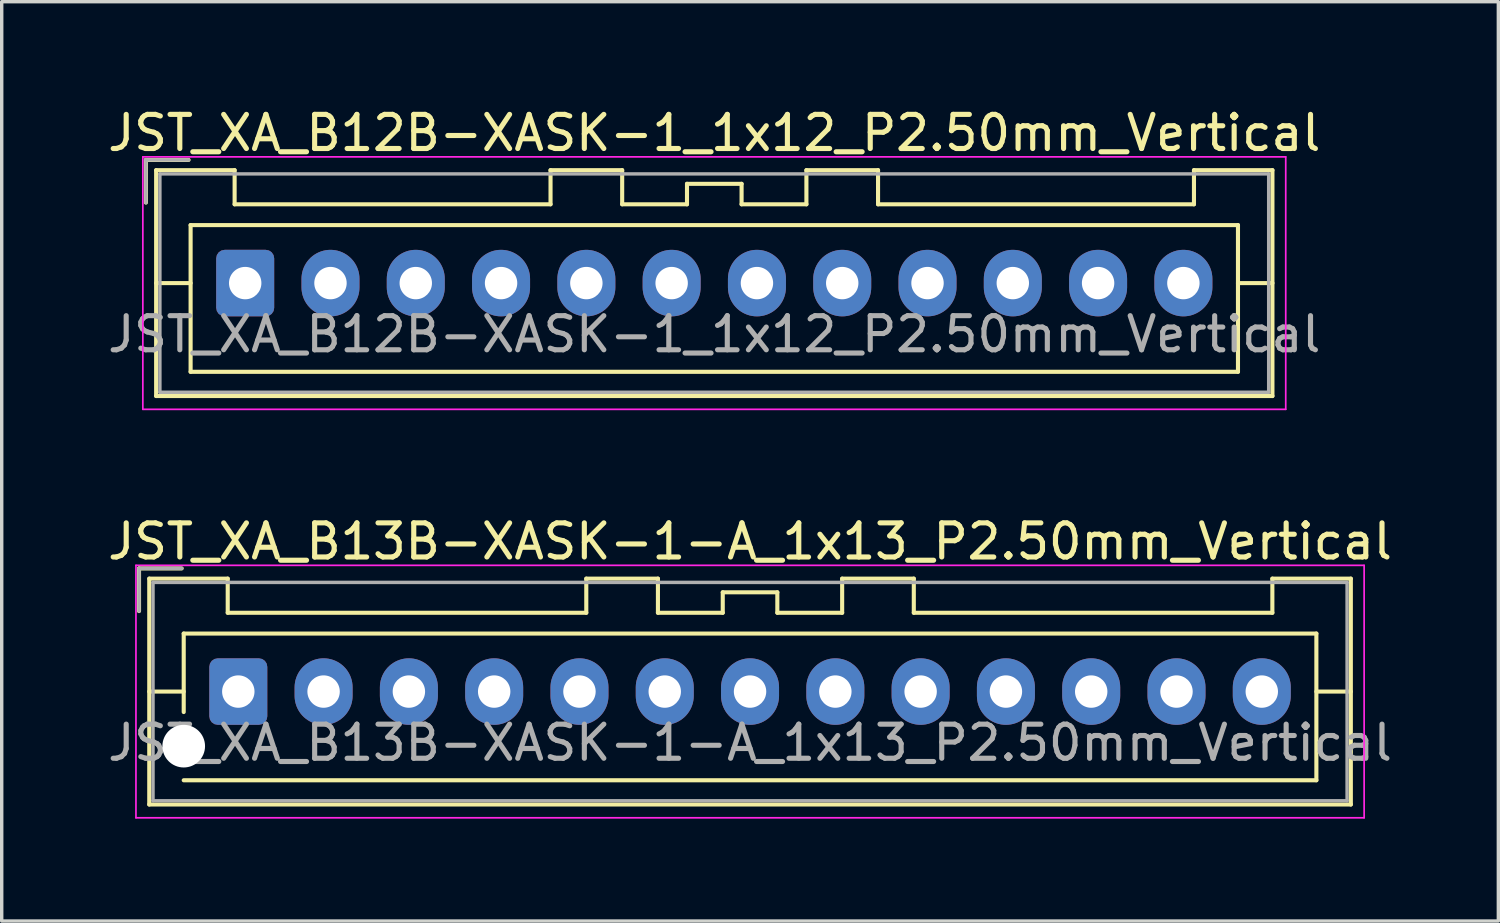
<source format=kicad_pcb>
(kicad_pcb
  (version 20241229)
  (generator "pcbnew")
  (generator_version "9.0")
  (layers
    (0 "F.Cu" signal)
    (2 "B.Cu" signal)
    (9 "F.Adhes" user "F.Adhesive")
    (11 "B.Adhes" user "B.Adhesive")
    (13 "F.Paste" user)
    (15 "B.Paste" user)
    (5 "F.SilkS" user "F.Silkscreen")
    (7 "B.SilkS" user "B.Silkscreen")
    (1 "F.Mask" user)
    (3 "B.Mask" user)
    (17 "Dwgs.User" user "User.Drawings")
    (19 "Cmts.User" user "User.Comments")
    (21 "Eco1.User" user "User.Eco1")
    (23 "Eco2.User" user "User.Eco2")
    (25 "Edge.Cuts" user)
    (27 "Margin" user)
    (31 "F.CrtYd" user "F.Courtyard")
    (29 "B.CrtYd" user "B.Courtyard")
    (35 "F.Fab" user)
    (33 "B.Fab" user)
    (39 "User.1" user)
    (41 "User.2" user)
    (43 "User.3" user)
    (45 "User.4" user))
  (footprint "JST_XA_B12B-XASK-1_1x12_P2.50mm_Vertical"
    (layer "F.Cu")
    (at 4.137 5.248)
    (property "Reference" "JST_XA_B12B-XASK-1_1x12_P2.50mm_Vertical" (at 13.75 -4.4 0) (layer "F.SilkS") (effects (font (size 1 1) (thickness 0.15))))
    (attr through_hole)
    (fp_line (start -2.91 -3.61) (end -2.91 -2.36) (stroke (width 0.12) (type solid)) (layer "F.SilkS"))
    (fp_line (start -2.61 -3.31) (end -2.61 3.31) (stroke (width 0.12) (type solid)) (layer "F.SilkS"))
    (fp_line (start -2.61 0) (end -1.6 0) (stroke (width 0.12) (type solid)) (layer "F.SilkS"))
    (fp_line (start -2.61 3.31) (end 30.11 3.31) (stroke (width 0.12) (type solid)) (layer "F.SilkS"))
    (fp_line (start -1.66 -3.61) (end -2.91 -3.61) (stroke (width 0.12) (type solid)) (layer "F.SilkS"))
    (fp_line (start -1.6 -1.7) (end -1.6 2.6) (stroke (width 0.12) (type solid)) (layer "F.SilkS"))
    (fp_line (start -1.6 2.6) (end 29.1 2.6) (stroke (width 0.12) (type solid)) (layer "F.SilkS"))
    (fp_line (start -0.31 -3.31) (end -2.61 -3.31) (stroke (width 0.12) (type solid)) (layer "F.SilkS"))
    (fp_line (start -0.31 -2.31) (end -0.31 -3.31) (stroke (width 0.12) (type solid)) (layer "F.SilkS"))
    (fp_line (start 8.95 -3.31) (end 8.95 -2.31) (stroke (width 0.12) (type solid)) (layer "F.SilkS"))
    (fp_line (start 8.95 -2.31) (end -0.31 -2.31) (stroke (width 0.12) (type solid)) (layer "F.SilkS"))
    (fp_line (start 11.05 -3.31) (end 8.95 -3.31) (stroke (width 0.12) (type solid)) (layer "F.SilkS"))
    (fp_line (start 11.05 -2.31) (end 11.05 -3.31) (stroke (width 0.12) (type solid)) (layer "F.SilkS"))
    (fp_line (start 12.95 -2.91) (end 12.95 -2.31) (stroke (width 0.12) (type solid)) (layer "F.SilkS"))
    (fp_line (start 12.95 -2.31) (end 11.05 -2.31) (stroke (width 0.12) (type solid)) (layer "F.SilkS"))
    (fp_line (start 14.55 -2.91) (end 12.95 -2.91) (stroke (width 0.12) (type solid)) (layer "F.SilkS"))
    (fp_line (start 14.55 -2.31) (end 14.55 -2.91) (stroke (width 0.12) (type solid)) (layer "F.SilkS"))
    (fp_line (start 16.45 -3.31) (end 16.45 -2.31) (stroke (width 0.12) (type solid)) (layer "F.SilkS"))
    (fp_line (start 16.45 -2.31) (end 14.55 -2.31) (stroke (width 0.12) (type solid)) (layer "F.SilkS"))
    (fp_line (start 18.55 -3.31) (end 16.45 -3.31) (stroke (width 0.12) (type solid)) (layer "F.SilkS"))
    (fp_line (start 18.55 -2.31) (end 18.55 -3.31) (stroke (width 0.12) (type solid)) (layer "F.SilkS"))
    (fp_line (start 27.81 -3.31) (end 27.81 -2.31) (stroke (width 0.12) (type solid)) (layer "F.SilkS"))
    (fp_line (start 27.81 -2.31) (end 18.55 -2.31) (stroke (width 0.12) (type solid)) (layer "F.SilkS"))
    (fp_line (start 29.1 -1.7) (end -1.6 -1.7) (stroke (width 0.12) (type solid)) (layer "F.SilkS"))
    (fp_line (start 29.1 2.6) (end 29.1 -1.7) (stroke (width 0.12) (type solid)) (layer "F.SilkS"))
    (fp_line (start 30.11 -3.31) (end 27.81 -3.31) (stroke (width 0.12) (type solid)) (layer "F.SilkS"))
    (fp_line (start 30.11 0) (end 29.1 0) (stroke (width 0.12) (type solid)) (layer "F.SilkS"))
    (fp_line (start 30.11 3.31) (end 30.11 -3.31) (stroke (width 0.12) (type solid)) (layer "F.SilkS"))
    (fp_line (start -3 -3.7) (end -3 3.7) (stroke (width 0.05) (type solid)) (layer "F.CrtYd"))
    (fp_line (start -3 3.7) (end 30.5 3.7) (stroke (width 0.05) (type solid)) (layer "F.CrtYd"))
    (fp_line (start 30.5 -3.7) (end -3 -3.7) (stroke (width 0.05) (type solid)) (layer "F.CrtYd"))
    (fp_line (start 30.5 3.7) (end 30.5 -3.7) (stroke (width 0.05) (type solid)) (layer "F.CrtYd"))
    (fp_line (start -2.91 -3.61) (end -2.91 -2.36) (stroke (width 0.1) (type solid)) (layer "F.Fab"))
    (fp_line (start -2.5 -3.2) (end -2.5 3.2) (stroke (width 0.1) (type solid)) (layer "F.Fab"))
    (fp_line (start -2.5 3.2) (end 30 3.2) (stroke (width 0.1) (type solid)) (layer "F.Fab"))
    (fp_line (start -1.66 -3.61) (end -2.91 -3.61) (stroke (width 0.1) (type solid)) (layer "F.Fab"))
    (fp_line (start 30 -3.2) (end -2.5 -3.2) (stroke (width 0.1) (type solid)) (layer "F.Fab"))
    (fp_line (start 30 3.2) (end 30 -3.2) (stroke (width 0.1) (type solid)) (layer "F.Fab"))
    (fp_text user "${REFERENCE}" (at 13.75 1.5 0) (layer "F.Fab") (effects (font (size 1 1) (thickness 0.15))))
    (pad "1" thru_hole roundrect (at 0 0) (size 1.7 1.95) (drill 0.95) (layers "*.Cu" "*.Mask") (roundrect_rratio 0.147))
    (pad "2" thru_hole oval (at 2.5 0) (size 1.7 1.95) (drill 0.95) (layers "*.Cu" "*.Mask"))
    (pad "3" thru_hole oval (at 5 0) (size 1.7 1.95) (drill 0.95) (layers "*.Cu" "*.Mask"))
    (pad "4" thru_hole oval (at 7.5 0) (size 1.7 1.95) (drill 0.95) (layers "*.Cu" "*.Mask"))
    (pad "5" thru_hole oval (at 10 0) (size 1.7 1.95) (drill 0.95) (layers "*.Cu" "*.Mask"))
    (pad "6" thru_hole oval (at 12.5 0) (size 1.7 1.95) (drill 0.95) (layers "*.Cu" "*.Mask"))
    (pad "7" thru_hole oval (at 15 0) (size 1.7 1.95) (drill 0.95) (layers "*.Cu" "*.Mask"))
    (pad "8" thru_hole oval (at 17.5 0) (size 1.7 1.95) (drill 0.95) (layers "*.Cu" "*.Mask"))
    (pad "9" thru_hole oval (at 20 0) (size 1.7 1.95) (drill 0.95) (layers "*.Cu" "*.Mask"))
    (pad "10" thru_hole oval (at 22.5 0) (size 1.7 1.95) (drill 0.95) (layers "*.Cu" "*.Mask"))
    (pad "11" thru_hole oval (at 25 0) (size 1.7 1.95) (drill 0.95) (layers "*.Cu" "*.Mask"))
    (pad "12" thru_hole oval (at 27.5 0) (size 1.7 1.95) (drill 0.95) (layers "*.Cu" "*.Mask")))
  (footprint "JST_XA_B13B-XASK-1-A_1x13_P2.50mm_Vertical"
    (layer "F.Cu")
    (at 3.935 17.221)
    (property "Reference" "JST_XA_B13B-XASK-1-A_1x13_P2.50mm_Vertical" (at 15 -4.4 0) (layer "F.SilkS") (effects (font (size 1 1) (thickness 0.15))))
    (attr through_hole)
    (fp_line (start -2.91 -3.61) (end -2.91 -2.36) (stroke (width 0.12) (type solid)) (layer "F.SilkS"))
    (fp_line (start -2.61 -3.31) (end -2.61 3.31) (stroke (width 0.12) (type solid)) (layer "F.SilkS"))
    (fp_line (start -2.61 0) (end -1.6 0) (stroke (width 0.12) (type solid)) (layer "F.SilkS"))
    (fp_line (start -2.61 3.31) (end 32.61 3.31) (stroke (width 0.12) (type solid)) (layer "F.SilkS"))
    (fp_line (start -1.66 -3.61) (end -2.91 -3.61) (stroke (width 0.12) (type solid)) (layer "F.SilkS"))
    (fp_line (start -1.6 -1.7) (end 31.6 -1.7) (stroke (width 0.12) (type solid)) (layer "F.SilkS"))
    (fp_line (start -1.6 0.6) (end -1.6 -1.7) (stroke (width 0.12) (type solid)) (layer "F.SilkS"))
    (fp_line (start -0.31 -3.31) (end -2.61 -3.31) (stroke (width 0.12) (type solid)) (layer "F.SilkS"))
    (fp_line (start -0.31 -2.31) (end -0.31 -3.31) (stroke (width 0.12) (type solid)) (layer "F.SilkS"))
    (fp_line (start 10.2 -3.31) (end 10.2 -2.31) (stroke (width 0.12) (type solid)) (layer "F.SilkS"))
    (fp_line (start 10.2 -2.31) (end -0.31 -2.31) (stroke (width 0.12) (type solid)) (layer "F.SilkS"))
    (fp_line (start 12.3 -3.31) (end 10.2 -3.31) (stroke (width 0.12) (type solid)) (layer "F.SilkS"))
    (fp_line (start 12.3 -2.31) (end 12.3 -3.31) (stroke (width 0.12) (type solid)) (layer "F.SilkS"))
    (fp_line (start 14.2 -2.91) (end 14.2 -2.31) (stroke (width 0.12) (type solid)) (layer "F.SilkS"))
    (fp_line (start 14.2 -2.31) (end 12.3 -2.31) (stroke (width 0.12) (type solid)) (layer "F.SilkS"))
    (fp_line (start 15.8 -2.91) (end 14.2 -2.91) (stroke (width 0.12) (type solid)) (layer "F.SilkS"))
    (fp_line (start 15.8 -2.31) (end 15.8 -2.91) (stroke (width 0.12) (type solid)) (layer "F.SilkS"))
    (fp_line (start 17.7 -3.31) (end 17.7 -2.31) (stroke (width 0.12) (type solid)) (layer "F.SilkS"))
    (fp_line (start 17.7 -2.31) (end 15.8 -2.31) (stroke (width 0.12) (type solid)) (layer "F.SilkS"))
    (fp_line (start 19.8 -3.31) (end 17.7 -3.31) (stroke (width 0.12) (type solid)) (layer "F.SilkS"))
    (fp_line (start 19.8 -2.31) (end 19.8 -3.31) (stroke (width 0.12) (type solid)) (layer "F.SilkS"))
    (fp_line (start 30.31 -3.31) (end 30.31 -2.31) (stroke (width 0.12) (type solid)) (layer "F.SilkS"))
    (fp_line (start 30.31 -2.31) (end 19.8 -2.31) (stroke (width 0.12) (type solid)) (layer "F.SilkS"))
    (fp_line (start 31.6 -1.7) (end 31.6 2.6) (stroke (width 0.12) (type solid)) (layer "F.SilkS"))
    (fp_line (start 31.6 2.6) (end -1.6 2.6) (stroke (width 0.12) (type solid)) (layer "F.SilkS"))
    (fp_line (start 32.61 -3.31) (end 30.31 -3.31) (stroke (width 0.12) (type solid)) (layer "F.SilkS"))
    (fp_line (start 32.61 0) (end 31.6 0) (stroke (width 0.12) (type solid)) (layer "F.SilkS"))
    (fp_line (start 32.61 3.31) (end 32.61 -3.31) (stroke (width 0.12) (type solid)) (layer "F.SilkS"))
    (fp_line (start -3 -3.7) (end -3 3.7) (stroke (width 0.05) (type solid)) (layer "F.CrtYd"))
    (fp_line (start -3 3.7) (end 33 3.7) (stroke (width 0.05) (type solid)) (layer "F.CrtYd"))
    (fp_line (start 33 -3.7) (end -3 -3.7) (stroke (width 0.05) (type solid)) (layer "F.CrtYd"))
    (fp_line (start 33 3.7) (end 33 -3.7) (stroke (width 0.05) (type solid)) (layer "F.CrtYd"))
    (fp_line (start -2.91 -3.61) (end -2.91 -2.36) (stroke (width 0.1) (type solid)) (layer "F.Fab"))
    (fp_line (start -2.5 -3.2) (end -2.5 3.2) (stroke (width 0.1) (type solid)) (layer "F.Fab"))
    (fp_line (start -2.5 3.2) (end 32.5 3.2) (stroke (width 0.1) (type solid)) (layer "F.Fab"))
    (fp_line (start -1.66 -3.61) (end -2.91 -3.61) (stroke (width 0.1) (type solid)) (layer "F.Fab"))
    (fp_line (start 32.5 -3.2) (end -2.5 -3.2) (stroke (width 0.1) (type solid)) (layer "F.Fab"))
    (fp_line (start 32.5 3.2) (end 32.5 -3.2) (stroke (width 0.1) (type solid)) (layer "F.Fab"))
    (fp_text user "${REFERENCE}" (at 15 1.5 0) (layer "F.Fab") (effects (font (size 1 1) (thickness 0.15))))
    (pad "" np_thru_hole circle (at -1.6 1.6) (size 1.25 1.25) (drill 1.25) (layers "*.Cu" "*.Mask"))
    (pad "1" thru_hole roundrect (at 0 0) (size 1.7 1.95) (drill 0.95) (layers "*.Cu" "*.Mask") (roundrect_rratio 0.147))
    (pad "2" thru_hole oval (at 2.5 0) (size 1.7 1.95) (drill 0.95) (layers "*.Cu" "*.Mask"))
    (pad "3" thru_hole oval (at 5 0) (size 1.7 1.95) (drill 0.95) (layers "*.Cu" "*.Mask"))
    (pad "4" thru_hole oval (at 7.5 0) (size 1.7 1.95) (drill 0.95) (layers "*.Cu" "*.Mask"))
    (pad "5" thru_hole oval (at 10 0) (size 1.7 1.95) (drill 0.95) (layers "*.Cu" "*.Mask"))
    (pad "6" thru_hole oval (at 12.5 0) (size 1.7 1.95) (drill 0.95) (layers "*.Cu" "*.Mask"))
    (pad "7" thru_hole oval (at 15 0) (size 1.7 1.95) (drill 0.95) (layers "*.Cu" "*.Mask"))
    (pad "8" thru_hole oval (at 17.5 0) (size 1.7 1.95) (drill 0.95) (layers "*.Cu" "*.Mask"))
    (pad "9" thru_hole oval (at 20 0) (size 1.7 1.95) (drill 0.95) (layers "*.Cu" "*.Mask"))
    (pad "10" thru_hole oval (at 22.5 0) (size 1.7 1.95) (drill 0.95) (layers "*.Cu" "*.Mask"))
    (pad "11" thru_hole oval (at 25 0) (size 1.7 1.95) (drill 0.95) (layers "*.Cu" "*.Mask"))
    (pad "12" thru_hole oval (at 27.5 0) (size 1.7 1.95) (drill 0.95) (layers "*.Cu" "*.Mask"))
    (pad "13" thru_hole oval (at 30 0) (size 1.7 1.95) (drill 0.95) (layers "*.Cu" "*.Mask")))
  (gr_rect
    (start -3 -3)
    (end 40.869 23.947)
    (stroke (width 0.1) (type default))
    (fill no)
    (layer "Edge.Cuts")))
</source>
